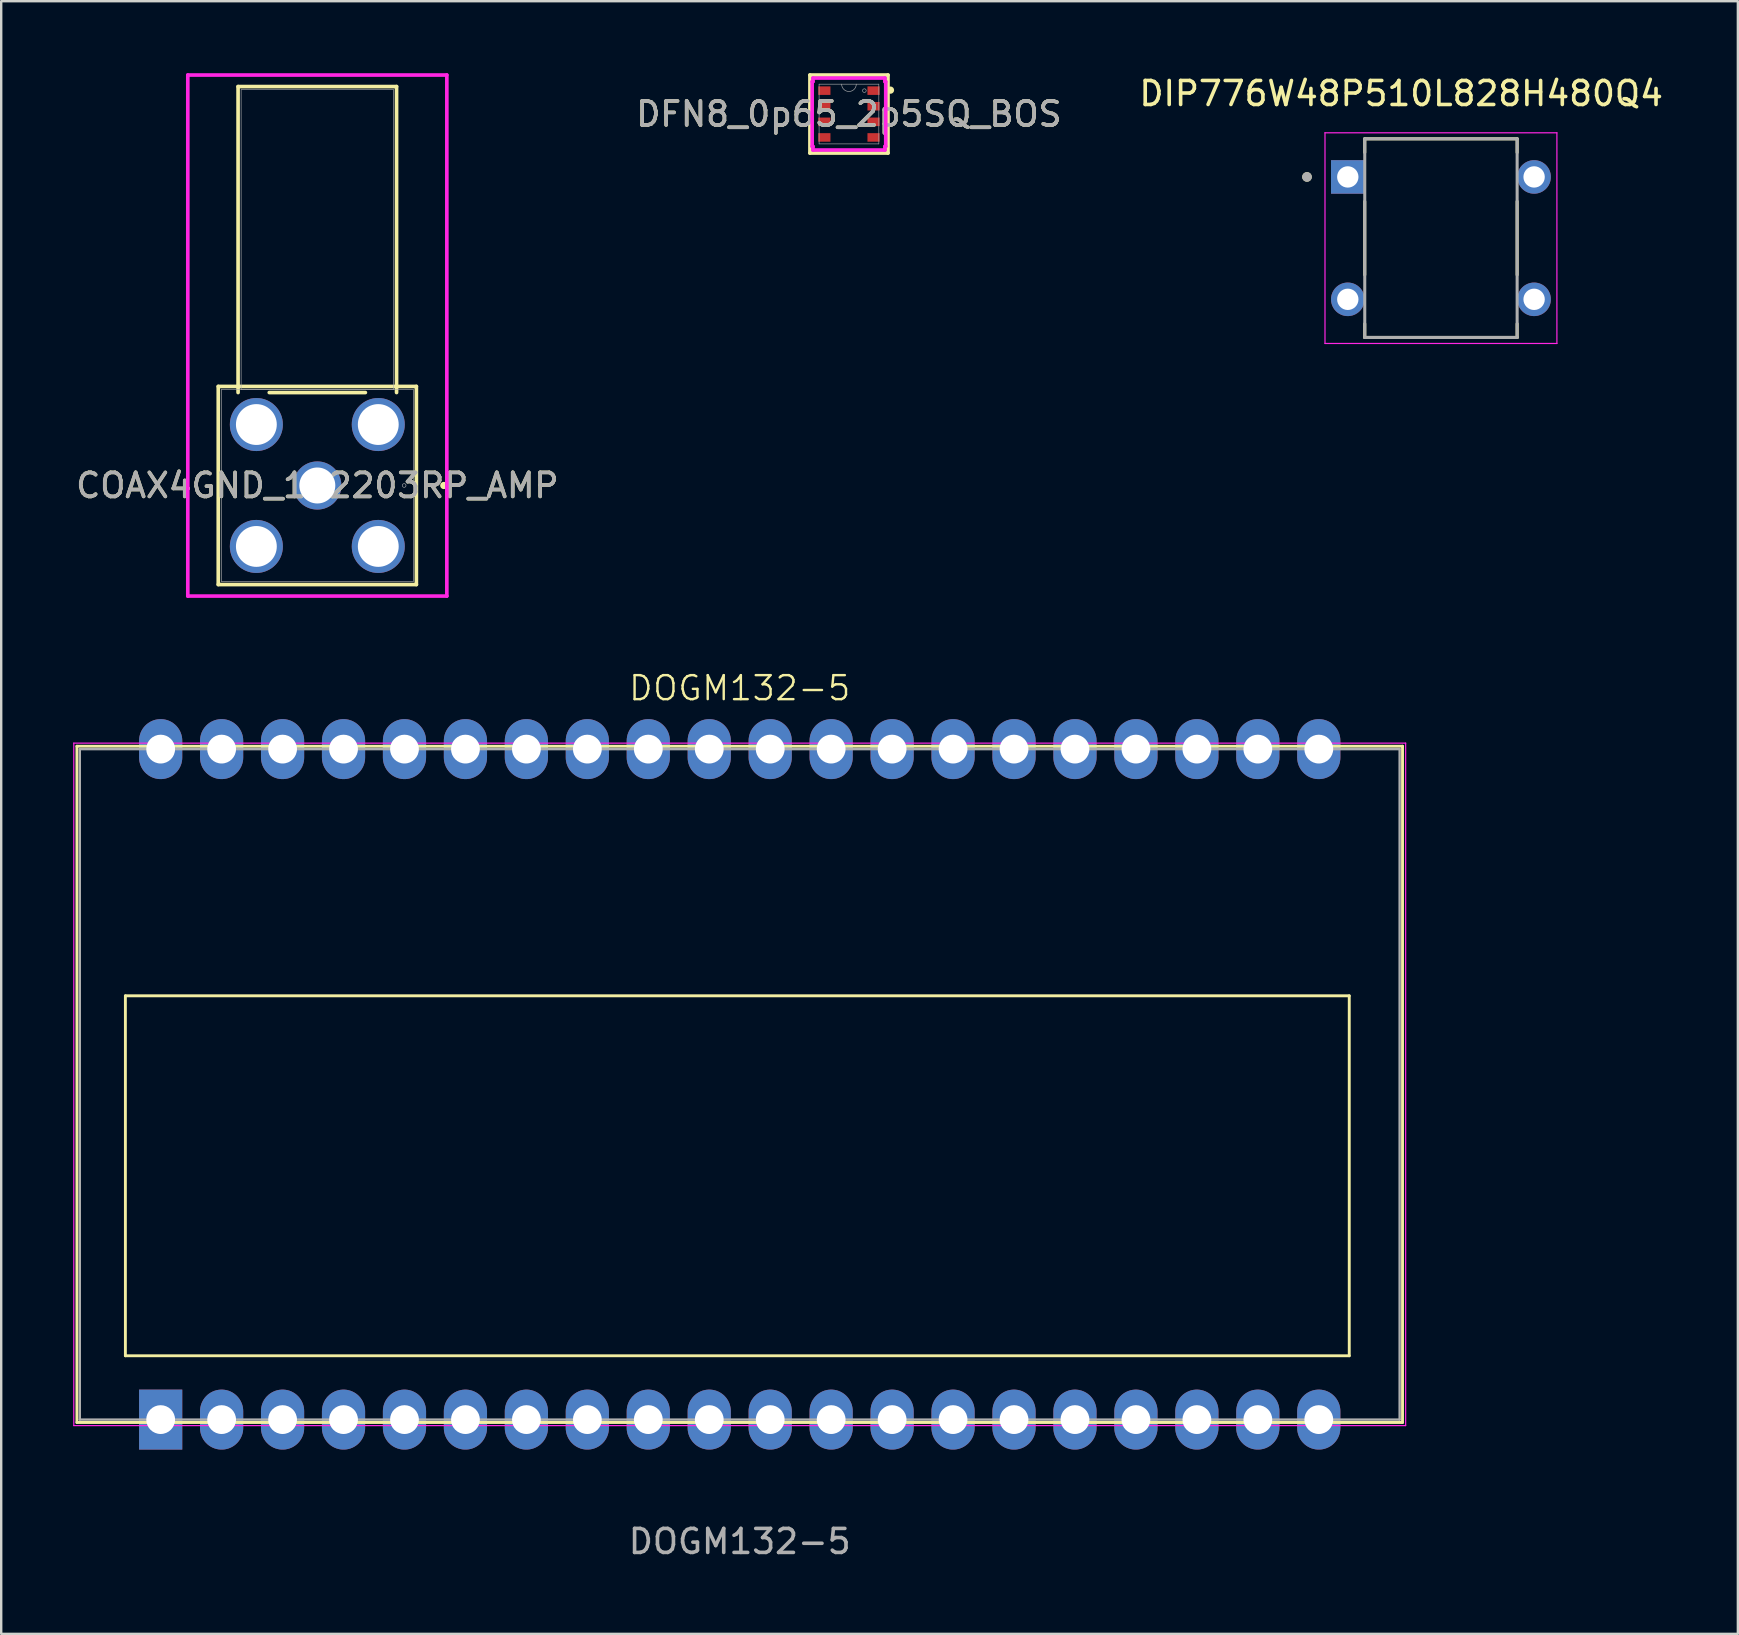
<source format=kicad_pcb>
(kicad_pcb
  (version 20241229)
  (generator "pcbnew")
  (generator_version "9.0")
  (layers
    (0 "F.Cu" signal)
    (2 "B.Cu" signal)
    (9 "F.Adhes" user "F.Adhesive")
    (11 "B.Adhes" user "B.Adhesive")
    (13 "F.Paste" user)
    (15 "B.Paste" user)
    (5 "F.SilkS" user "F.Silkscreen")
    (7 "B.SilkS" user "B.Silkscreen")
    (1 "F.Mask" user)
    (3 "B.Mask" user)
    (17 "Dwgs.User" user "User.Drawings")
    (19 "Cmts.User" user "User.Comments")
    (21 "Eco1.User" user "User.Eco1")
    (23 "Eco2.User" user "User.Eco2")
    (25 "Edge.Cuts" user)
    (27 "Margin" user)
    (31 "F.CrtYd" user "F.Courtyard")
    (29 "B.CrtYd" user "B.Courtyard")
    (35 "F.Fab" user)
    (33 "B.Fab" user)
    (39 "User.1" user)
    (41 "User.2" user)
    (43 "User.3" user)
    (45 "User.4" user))
  (footprint "COAX4GND_132203RP_AMP"
    (layer "F.Cu")
    (at 10.173 17.181)
    (property "Reference" "COAX4GND_132203RP_AMP" (at 0 0 0) (unlocked yes) (layer "F.SilkS") (effects (font (size 1 1) (thickness 0.15))))
    (attr through_hole)
    (fp_line (start -4.128 -4.128) (end -4.128 4.128) (stroke (width 0.152) (type solid)) (layer "F.SilkS"))
    (fp_line (start -4.128 4.128) (end 4.128 4.128) (stroke (width 0.152) (type solid)) (layer "F.SilkS"))
    (fp_line (start -3.302 -16.624) (end -3.302 -3.873) (stroke (width 0.152) (type solid)) (layer "F.SilkS"))
    (fp_line (start -2.003 -3.873) (end 2.003 -3.873) (stroke (width 0.152) (type solid)) (layer "F.SilkS"))
    (fp_line (start 3.302 -16.624) (end -3.302 -16.624) (stroke (width 0.152) (type solid)) (layer "F.SilkS"))
    (fp_line (start 3.302 -3.873) (end 3.302 -16.624) (stroke (width 0.152) (type solid)) (layer "F.SilkS"))
    (fp_line (start 4.128 -4.128) (end -4.128 -4.128) (stroke (width 0.152) (type solid)) (layer "F.SilkS"))
    (fp_line (start 4.128 4.128) (end 4.128 -4.128) (stroke (width 0.152) (type solid)) (layer "F.SilkS"))
    (fp_circle (center 5.271 0) (end 5.347 0) (stroke (width 0.152) (type solid)) (fill no) (layer "F.SilkS"))
    (fp_line (start -5.397 -17.105) (end 5.397 -17.105) (stroke (width 0.152) (type solid)) (layer "F.CrtYd"))
    (fp_line (start -5.397 4.608) (end -5.397 -17.105) (stroke (width 0.152) (type solid)) (layer "F.CrtYd"))
    (fp_line (start 5.397 -17.105) (end 5.397 4.608) (stroke (width 0.152) (type solid)) (layer "F.CrtYd"))
    (fp_line (start 5.397 4.608) (end -5.397 4.608) (stroke (width 0.152) (type solid)) (layer "F.CrtYd"))
    (fp_line (start -4 -4) (end -4 4) (stroke (width 0.025) (type solid)) (layer "F.Fab"))
    (fp_line (start -4 4) (end 4 4) (stroke (width 0.025) (type solid)) (layer "F.Fab"))
    (fp_line (start -3.175 -16.497) (end -3.175 -4) (stroke (width 0.025) (type solid)) (layer "F.Fab"))
    (fp_line (start -3.175 -4) (end 3.175 -4) (stroke (width 0.025) (type solid)) (layer "F.Fab"))
    (fp_line (start 3.175 -16.497) (end -3.175 -16.497) (stroke (width 0.025) (type solid)) (layer "F.Fab"))
    (fp_line (start 3.175 -4) (end 3.175 -16.497) (stroke (width 0.025) (type solid)) (layer "F.Fab"))
    (fp_line (start 4 -4) (end -4 -4) (stroke (width 0.025) (type solid)) (layer "F.Fab"))
    (fp_line (start 4 4) (end 4 -4) (stroke (width 0.025) (type solid)) (layer "F.Fab"))
    (fp_circle (center 3.619 0) (end 3.696 0) (stroke (width 0.025) (type solid)) (fill no) (layer "F.Fab"))
    (fp_text user "${REFERENCE}" (at 0 0 0) (unlocked yes) (layer "F.Fab") (effects (font (size 1 1) (thickness 0.15))))
    (pad "1" thru_hole circle (at 0 0) (size 2.007 2.007) (drill 1.499) (layers "*.Cu" "*.Mask"))
    (pad "2" thru_hole circle (at -2.54 -2.54) (size 2.21 2.21) (drill 1.702) (layers "*.Cu" "*.Mask"))
    (pad "3" thru_hole circle (at -2.54 2.54) (size 2.21 2.21) (drill 1.702) (layers "*.Cu" "*.Mask"))
    (pad "4" thru_hole circle (at 2.54 2.54) (size 2.21 2.21) (drill 1.702) (layers "*.Cu" "*.Mask"))
    (pad "5" thru_hole circle (at 2.54 -2.54) (size 2.21 2.21) (drill 1.702) (layers "*.Cu" "*.Mask")))
  (footprint "DFN8_0p65_2p5SQ_BOS"
    (layer "F.Cu")
    (at 32.327 1.702)
    (property "Reference" "DFN8_0p65_2p5SQ_BOS" (at 0 0 0) (unlocked yes) (layer "F.SilkS") (effects (font (size 1 1) (thickness 0.15))))
    (attr smd)
    (fp_line (start -1.626 -1.626) (end -1.626 1.626) (stroke (width 0.152) (type solid)) (layer "F.SilkS"))
    (fp_line (start -1.626 1.626) (end 1.626 1.626) (stroke (width 0.152) (type solid)) (layer "F.SilkS"))
    (fp_line (start 1.626 -1.626) (end -1.626 -1.626) (stroke (width 0.152) (type solid)) (layer "F.SilkS"))
    (fp_line (start 1.626 1.626) (end 1.626 -1.626) (stroke (width 0.152) (type solid)) (layer "F.SilkS"))
    (fp_circle (center 1.73 -0.996) (end 1.806 -0.996) (stroke (width 0.152) (type solid)) (fill no) (layer "F.SilkS"))
    (fp_line (start -1.533 -1.351) (end -1.499 -1.351) (stroke (width 0.152) (type solid)) (layer "F.CrtYd"))
    (fp_line (start -1.533 1.351) (end -1.533 -1.351) (stroke (width 0.152) (type solid)) (layer "F.CrtYd"))
    (fp_line (start -1.533 1.351) (end -1.499 1.351) (stroke (width 0.152) (type solid)) (layer "F.CrtYd"))
    (fp_line (start -1.499 -1.499) (end 1.499 -1.499) (stroke (width 0.152) (type solid)) (layer "F.CrtYd"))
    (fp_line (start -1.499 -1.351) (end -1.499 -1.499) (stroke (width 0.152) (type solid)) (layer "F.CrtYd"))
    (fp_line (start -1.499 1.499) (end -1.499 1.351) (stroke (width 0.152) (type solid)) (layer "F.CrtYd"))
    (fp_line (start 1.499 -1.499) (end 1.499 -1.351) (stroke (width 0.152) (type solid)) (layer "F.CrtYd"))
    (fp_line (start 1.499 1.351) (end 1.499 1.499) (stroke (width 0.152) (type solid)) (layer "F.CrtYd"))
    (fp_line (start 1.499 1.499) (end -1.499 1.499) (stroke (width 0.152) (type solid)) (layer "F.CrtYd"))
    (fp_line (start 1.533 -1.351) (end 1.499 -1.351) (stroke (width 0.152) (type solid)) (layer "F.CrtYd"))
    (fp_line (start 1.533 -1.351) (end 1.533 1.351) (stroke (width 0.152) (type solid)) (layer "F.CrtYd"))
    (fp_line (start 1.533 1.351) (end 1.499 1.351) (stroke (width 0.152) (type solid)) (layer "F.CrtYd"))
    (fp_line (start -1.245 -1.245) (end -1.245 1.245) (stroke (width 0.025) (type solid)) (layer "F.Fab"))
    (fp_line (start -1.245 1.245) (end 1.245 1.245) (stroke (width 0.025) (type solid)) (layer "F.Fab"))
    (fp_line (start 1.245 -1.245) (end -1.245 -1.245) (stroke (width 0.025) (type solid)) (layer "F.Fab"))
    (fp_line (start 1.245 1.245) (end 1.245 -1.245) (stroke (width 0.025) (type solid)) (layer "F.Fab"))
    (fp_arc (start 0.3048 -1.2446) (mid 0 -0.9398) (end -0.3048 -1.2446) (stroke (width 0.0254) (type solid)) (layer "F.Fab"))
    (fp_circle (center 0.643 -0.976) (end 0.719 -0.976) (stroke (width 0.025) (type solid)) (fill no) (layer "F.Fab"))
    (fp_text user "${REFERENCE}" (at 0 0 0) (unlocked yes) (layer "F.Fab") (effects (font (size 1 1) (thickness 0.15))))
    (pad "1" smd rect (at 1.025 -0.975) (size 0.508 0.356) (layers "F.Cu" "F.Mask" "F.Paste"))
    (pad "2" smd rect (at 1.025 -0.325) (size 0.508 0.356) (layers "F.Cu" "F.Mask" "F.Paste"))
    (pad "3" smd rect (at 1.025 0.325) (size 0.508 0.356) (layers "F.Cu" "F.Mask" "F.Paste"))
    (pad "4" smd rect (at 1.025 0.975) (size 0.508 0.356) (layers "F.Cu" "F.Mask" "F.Paste"))
    (pad "5" smd rect (at -1.025 0.975) (size 0.508 0.356) (layers "F.Cu" "F.Mask" "F.Paste"))
    (pad "6" smd rect (at -1.025 0.325) (size 0.508 0.356) (layers "F.Cu" "F.Mask" "F.Paste"))
    (pad "7" smd rect (at -1.025 -0.325) (size 0.508 0.356) (layers "F.Cu" "F.Mask" "F.Paste"))
    (pad "8" smd rect (at -1.025 -0.975) (size 0.508 0.356) (layers "F.Cu" "F.Mask" "F.Paste")))
  (footprint "DIP776W48P510L828H480Q4"
    (layer "F.Cu")
    (at 56.996 6.873)
    (property "Reference" "DIP776W48P510L828H480Q4" (at -1.657 -6.025 0) (layer "F.SilkS") (effects (font (size 1 1) (thickness 0.15))))
    (attr through_hole)
    (fp_line (start -3.175 -4.14) (end 3.175 -4.14) (stroke (width 0.127) (type solid)) (layer "F.SilkS"))
    (fp_line (start -3.175 -3.569) (end -3.175 -4.14) (stroke (width 0.127) (type solid)) (layer "F.SilkS"))
    (fp_line (start -3.175 -1.531) (end -3.175 1.531) (stroke (width 0.127) (type solid)) (layer "F.SilkS"))
    (fp_line (start -3.175 4.14) (end -3.175 3.569) (stroke (width 0.127) (type solid)) (layer "F.SilkS"))
    (fp_line (start 3.175 -4.14) (end 3.175 -3.569) (stroke (width 0.127) (type solid)) (layer "F.SilkS"))
    (fp_line (start 3.175 -1.531) (end 3.175 1.531) (stroke (width 0.127) (type solid)) (layer "F.SilkS"))
    (fp_line (start 3.175 4.14) (end -3.175 4.14) (stroke (width 0.127) (type solid)) (layer "F.SilkS"))
    (fp_line (start 3.175 4.14) (end 3.175 3.569) (stroke (width 0.127) (type solid)) (layer "F.SilkS"))
    (fp_circle (center -5.582 -2.55) (end -5.481 -2.55) (stroke (width 0.2) (type solid)) (fill no) (layer "F.SilkS"))
    (fp_line (start -4.832 -4.39) (end -4.832 4.39) (stroke (width 0.05) (type solid)) (layer "F.CrtYd"))
    (fp_line (start -4.832 4.39) (end 4.832 4.39) (stroke (width 0.05) (type solid)) (layer "F.CrtYd"))
    (fp_line (start 4.832 -4.39) (end -4.832 -4.39) (stroke (width 0.05) (type solid)) (layer "F.CrtYd"))
    (fp_line (start 4.832 4.39) (end 4.832 -4.39) (stroke (width 0.05) (type solid)) (layer "F.CrtYd"))
    (fp_line (start -3.175 -4.14) (end 3.175 -4.14) (stroke (width 0.127) (type solid)) (layer "F.Fab"))
    (fp_line (start -3.175 4.14) (end -3.175 -4.14) (stroke (width 0.127) (type solid)) (layer "F.Fab"))
    (fp_line (start 3.175 -4.14) (end 3.175 4.14) (stroke (width 0.127) (type solid)) (layer "F.Fab"))
    (fp_line (start 3.175 4.14) (end -3.175 4.14) (stroke (width 0.127) (type solid)) (layer "F.Fab"))
    (fp_circle (center -5.582 -2.55) (end -5.481 -2.55) (stroke (width 0.2) (type solid)) (fill no) (layer "F.Fab"))
    (pad "1" thru_hole rect (at -3.882 -2.55) (size 1.398 1.398) (drill 0.89) (layers "*.Cu" "*.Mask"))
    (pad "2" thru_hole circle (at -3.882 2.55) (size 1.398 1.398) (drill 0.89) (layers "*.Cu" "*.Mask"))
    (pad "3" thru_hole circle (at 3.882 2.55) (size 1.398 1.398) (drill 0.89) (layers "*.Cu" "*.Mask"))
    (pad "4" thru_hole circle (at 3.882 -2.55) (size 1.398 1.398) (drill 0.89) (layers "*.Cu" "*.Mask")))
  (footprint "DOGM132-5"
    (layer "F.Cu")
    (at 27.775 45.946)
    (property "Reference" "DOGM132-5" (at 0 -20.32 0) (unlocked yes) (layer "F.SilkS") (effects (font (size 1 1) (thickness 0.1))))
    (attr through_hole)
    (fp_line (start -27.62 -17.9) (end 27.62 -17.9) (stroke (width 0.12) (type solid)) (layer "F.SilkS"))
    (fp_line (start -27.62 10.28) (end -27.62 -17.9) (stroke (width 0.12) (type solid)) (layer "F.SilkS"))
    (fp_line (start -25.6 -7.5) (end 25.4 -7.5) (stroke (width 0.12) (type solid)) (layer "F.SilkS"))
    (fp_line (start -25.6 7.5) (end -25.6 -7.5) (stroke (width 0.12) (type solid)) (layer "F.SilkS"))
    (fp_line (start 25.4 -7.5) (end 25.4 7.5) (stroke (width 0.12) (type solid)) (layer "F.SilkS"))
    (fp_line (start 25.4 7.5) (end -25.6 7.5) (stroke (width 0.12) (type solid)) (layer "F.SilkS"))
    (fp_line (start 27.62 -17.9) (end 27.62 10.28) (stroke (width 0.12) (type solid)) (layer "F.SilkS"))
    (fp_line (start 27.62 10.28) (end -27.62 10.28) (stroke (width 0.12) (type solid)) (layer "F.SilkS"))
    (fp_line (start -27.75 -18.03) (end 27.75 -18.03) (stroke (width 0.05) (type solid)) (layer "F.CrtYd"))
    (fp_line (start -27.75 10.41) (end -27.75 -18.03) (stroke (width 0.05) (type solid)) (layer "F.CrtYd"))
    (fp_line (start 27.75 -18.03) (end 27.75 10.41) (stroke (width 0.05) (type solid)) (layer "F.CrtYd"))
    (fp_line (start 27.75 10.41) (end -27.75 10.41) (stroke (width 0.05) (type solid)) (layer "F.CrtYd"))
    (fp_line (start -27.5 -17.78) (end 27.5 -17.78) (stroke (width 0.1) (type solid)) (layer "F.Fab"))
    (fp_line (start -27.5 10.16) (end -27.5 -17.78) (stroke (width 0.1) (type solid)) (layer "F.Fab"))
    (fp_line (start 27.5 -17.78) (end 27.5 10.16) (stroke (width 0.1) (type solid)) (layer "F.Fab"))
    (fp_line (start 27.5 10.16) (end -27.5 10.16) (stroke (width 0.1) (type solid)) (layer "F.Fab"))
    (fp_text user "${REFERENCE}" (at 0 15.24 0) (unlocked yes) (layer "F.Fab") (effects (font (size 1 1) (thickness 0.15))))
    (pad "1" thru_hole rect (at -24.13 10.16 180) (size 1.8 2.5) (drill 1.2) (layers "*.Cu" "*.Mask"))
    (pad "2" thru_hole oval (at -21.59 10.16 180) (size 1.8 2.5) (drill 1.2) (layers "*.Cu" "*.Mask"))
    (pad "3" thru_hole oval (at -19.05 10.16 180) (size 1.8 2.5) (drill 1.2) (layers "*.Cu" "*.Mask"))
    (pad "4" thru_hole oval (at -16.51 10.16 180) (size 1.8 2.5) (drill 1.2) (layers "*.Cu" "*.Mask"))
    (pad "5" thru_hole oval (at -13.97 10.16 180) (size 1.8 2.5) (drill 1.2) (layers "*.Cu" "*.Mask"))
    (pad "6" thru_hole oval (at -11.43 10.16 180) (size 1.8 2.5) (drill 1.2) (layers "*.Cu" "*.Mask"))
    (pad "7" thru_hole oval (at -8.89 10.16 180) (size 1.8 2.5) (drill 1.2) (layers "*.Cu" "*.Mask"))
    (pad "8" thru_hole oval (at -6.35 10.16 180) (size 1.8 2.5) (drill 1.2) (layers "*.Cu" "*.Mask"))
    (pad "9" thru_hole oval (at -3.81 10.16 180) (size 1.8 2.5) (drill 1.2) (layers "*.Cu" "*.Mask"))
    (pad "10" thru_hole oval (at -1.27 10.16 180) (size 1.8 2.5) (drill 1.2) (layers "*.Cu" "*.Mask"))
    (pad "11" thru_hole oval (at 1.27 10.16 180) (size 1.8 2.5) (drill 1.2) (layers "*.Cu" "*.Mask"))
    (pad "12" thru_hole oval (at 3.81 10.16 180) (size 1.8 2.5) (drill 1.2) (layers "*.Cu" "*.Mask"))
    (pad "13" thru_hole oval (at 6.35 10.16 180) (size 1.8 2.5) (drill 1.2) (layers "*.Cu" "*.Mask"))
    (pad "14" thru_hole oval (at 8.89 10.16 180) (size 1.8 2.5) (drill 1.2) (layers "*.Cu" "*.Mask"))
    (pad "15" thru_hole oval (at 11.43 10.16 180) (size 1.8 2.5) (drill 1.2) (layers "*.Cu" "*.Mask"))
    (pad "16" thru_hole oval (at 13.97 10.16 180) (size 1.8 2.5) (drill 1.2) (layers "*.Cu" "*.Mask"))
    (pad "17" thru_hole oval (at 16.51 10.16 180) (size 1.8 2.5) (drill 1.2) (layers "*.Cu" "*.Mask"))
    (pad "18" thru_hole oval (at 19.05 10.16 180) (size 1.8 2.5) (drill 1.2) (layers "*.Cu" "*.Mask"))
    (pad "19" thru_hole oval (at 21.59 10.16 180) (size 1.8 2.5) (drill 1.2) (layers "*.Cu" "*.Mask"))
    (pad "20" thru_hole oval (at 24.13 10.16 180) (size 1.8 2.5) (drill 1.2) (layers "*.Cu" "*.Mask"))
    (pad "21" thru_hole oval (at 24.13 -17.78 180) (size 1.8 2.5) (drill 1.2) (layers "*.Cu" "*.Mask"))
    (pad "22" thru_hole oval (at 21.59 -17.78 180) (size 1.8 2.5) (drill 1.2) (layers "*.Cu" "*.Mask"))
    (pad "23" thru_hole oval (at 19.05 -17.78 180) (size 1.8 2.5) (drill 1.2) (layers "*.Cu" "*.Mask"))
    (pad "24" thru_hole oval (at 16.51 -17.78 180) (size 1.8 2.5) (drill 1.2) (layers "*.Cu" "*.Mask"))
    (pad "25" thru_hole oval (at 13.97 -17.78 180) (size 1.8 2.5) (drill 1.2) (layers "*.Cu" "*.Mask"))
    (pad "26" thru_hole oval (at 11.43 -17.78 180) (size 1.8 2.5) (drill 1.2) (layers "*.Cu" "*.Mask"))
    (pad "27" thru_hole oval (at 8.89 -17.78 180) (size 1.8 2.5) (drill 1.2) (layers "*.Cu" "*.Mask"))
    (pad "28" thru_hole oval (at 6.35 -17.78 180) (size 1.8 2.5) (drill 1.2) (layers "*.Cu" "*.Mask"))
    (pad "29" thru_hole oval (at 3.81 -17.78 180) (size 1.8 2.5) (drill 1.2) (layers "*.Cu" "*.Mask"))
    (pad "30" thru_hole oval (at 1.27 -17.78 180) (size 1.8 2.5) (drill 1.2) (layers "*.Cu" "*.Mask"))
    (pad "31" thru_hole oval (at -1.27 -17.78 180) (size 1.8 2.5) (drill 1.2) (layers "*.Cu" "*.Mask"))
    (pad "32" thru_hole oval (at -3.81 -17.78 180) (size 1.8 2.5) (drill 1.2) (layers "*.Cu" "*.Mask"))
    (pad "33" thru_hole oval (at -6.35 -17.78 180) (size 1.8 2.5) (drill 1.2) (layers "*.Cu" "*.Mask"))
    (pad "34" thru_hole oval (at -8.89 -17.78 180) (size 1.8 2.5) (drill 1.2) (layers "*.Cu" "*.Mask"))
    (pad "35" thru_hole oval (at -11.43 -17.78 180) (size 1.8 2.5) (drill 1.2) (layers "*.Cu" "*.Mask"))
    (pad "36" thru_hole oval (at -13.97 -17.78 180) (size 1.8 2.5) (drill 1.2) (layers "*.Cu" "*.Mask"))
    (pad "37" thru_hole oval (at -16.51 -17.78 180) (size 1.8 2.5) (drill 1.2) (layers "*.Cu" "*.Mask"))
    (pad "38" thru_hole oval (at -19.05 -17.78 180) (size 1.8 2.5) (drill 1.2) (layers "*.Cu" "*.Mask"))
    (pad "39" thru_hole oval (at -21.59 -17.78 180) (size 1.8 2.5) (drill 1.2) (layers "*.Cu" "*.Mask"))
    (pad "40" thru_hole oval (at -24.13 -17.78 180) (size 1.8 2.5) (drill 1.2) (layers "*.Cu" "*.Mask")))
  (gr_rect
    (start -3 -3)
    (end 69.369 65.034)
    (stroke (width 0.1) (type default))
    (fill no)
    (layer "Edge.Cuts")))
</source>
